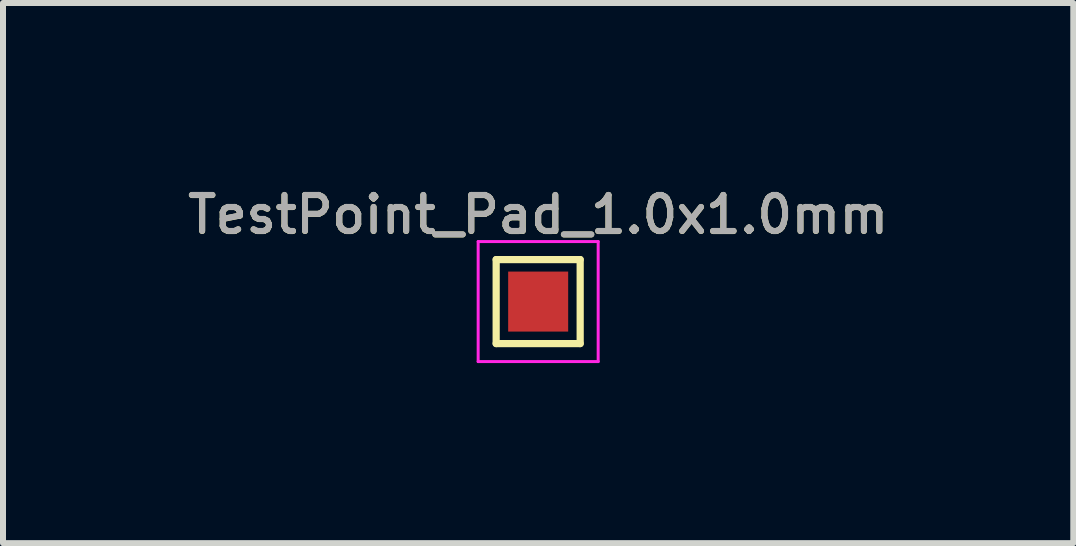
<source format=kicad_pcb>
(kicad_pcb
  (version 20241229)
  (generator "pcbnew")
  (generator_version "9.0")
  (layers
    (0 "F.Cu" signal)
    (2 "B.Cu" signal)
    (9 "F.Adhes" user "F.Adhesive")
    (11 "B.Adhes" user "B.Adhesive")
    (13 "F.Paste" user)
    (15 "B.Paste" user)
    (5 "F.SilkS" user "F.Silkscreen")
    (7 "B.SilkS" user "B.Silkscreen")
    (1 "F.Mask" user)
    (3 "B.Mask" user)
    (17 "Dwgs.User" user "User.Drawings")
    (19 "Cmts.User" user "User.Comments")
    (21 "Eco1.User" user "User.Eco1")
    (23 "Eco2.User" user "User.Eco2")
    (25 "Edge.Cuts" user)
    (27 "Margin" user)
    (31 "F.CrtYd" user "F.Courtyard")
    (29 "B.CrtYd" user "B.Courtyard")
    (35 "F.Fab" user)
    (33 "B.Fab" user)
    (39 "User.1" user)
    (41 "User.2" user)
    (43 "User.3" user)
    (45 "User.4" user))
  (footprint "TestPoint_Pad_1.0x1.0mm"
    (layer "F.Cu")
    (at 5.919 1.976)
    (property "Reference" "TestPoint_Pad_1.0x1.0mm" (at 0 -1.448 0) (layer "F.SilkS") (effects (font (size 0.6 0.6) (thickness 0.1))))
    (attr exclude_from_pos_files exclude_from_bom)
    (fp_line (start -0.7 -0.7) (end 0.7 -0.7) (stroke (width 0.12) (type solid)) (layer "F.SilkS"))
    (fp_line (start -0.7 0.7) (end -0.7 -0.7) (stroke (width 0.12) (type solid)) (layer "F.SilkS"))
    (fp_line (start 0.7 -0.7) (end 0.7 0.7) (stroke (width 0.12) (type solid)) (layer "F.SilkS"))
    (fp_line (start 0.7 0.7) (end -0.7 0.7) (stroke (width 0.12) (type solid)) (layer "F.SilkS"))
    (fp_line (start -1 -1) (end -1 1) (stroke (width 0.05) (type solid)) (layer "F.CrtYd"))
    (fp_line (start -1 -1) (end 1 -1) (stroke (width 0.05) (type solid)) (layer "F.CrtYd"))
    (fp_line (start 1 1) (end -1 1) (stroke (width 0.05) (type solid)) (layer "F.CrtYd"))
    (fp_line (start 1 1) (end 1 -1) (stroke (width 0.05) (type solid)) (layer "F.CrtYd"))
    (fp_text user "${REFERENCE}" (at 0 -1.45 0) (layer "F.Fab") (effects (font (size 0.6 0.6) (thickness 0.1))))
    (pad "1" smd rect (at 0 0) (size 1 1) (layers "F.Cu" "F.Mask")))
  (gr_rect
    (start -3 -3)
    (end 14.837 6.002)
    (stroke (width 0.1) (type default))
    (fill no)
    (layer "Edge.Cuts")))
</source>
